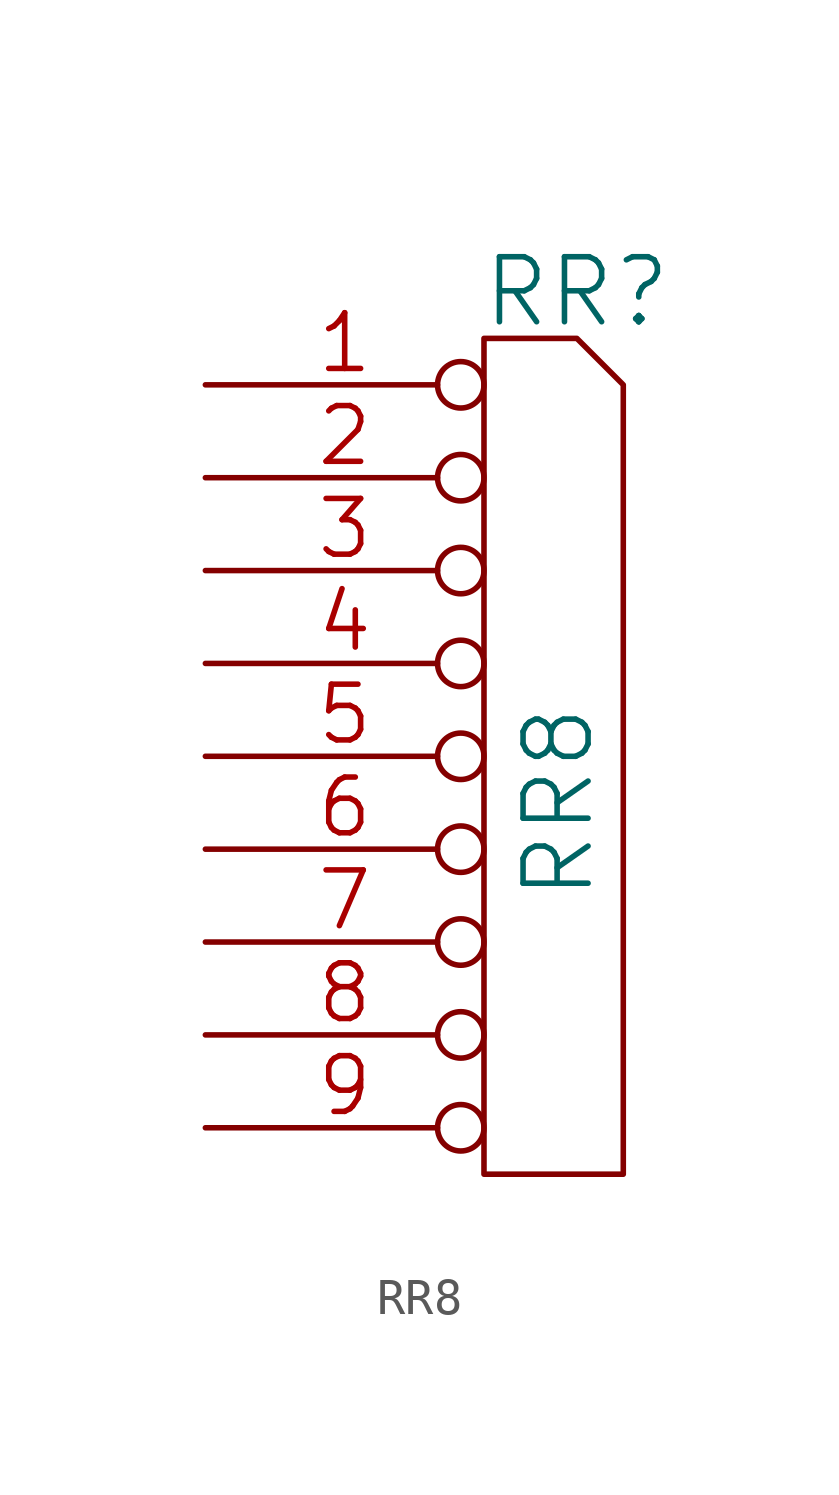
<source format=kicad_sym>
(kicad_symbol_lib
  (version 20201005)
  (generator kicad_symbol_editor)
  (symbol "Zimprich:RR8"
    (pin_names hide)
    (property "Reference" "RR"
      (at 1.27 13.97 0)
      (effects (font (size 1.778 1.778))))
    (property "Value" "RR8"
      (at 0.762 0 90)
      (effects (font (size 1.778 1.778))))
    (property "Footprint" ""
      (at 0 0 0)
      (effects (font (size 1.524 1.524))))
    (property "Datasheet" ""
      (at 0 0 0)
      (effects (font (size 1.524 1.524))))
    (symbol "RR8_0_1"
      (polyline (pts (xy -1.27 -10.16) (xy -1.27 12.7) (xy 1.27 12.7) (xy 2.54 11.43) (xy 2.54 -10.16) (xy -1.27 -10.16)) (stroke (width 0)) (fill (type none))))
    (symbol "RR8_1_1"
      (pin passive inverted (at -8.89 11.43 0) (length 7.62) (name "COM" (effects (font (size 1.524 1.524)))) (number "1" (effects (font (size 1.524 1.524)))))
      (pin passive inverted (at -8.89 8.89 0) (length 7.62) (name "2" (effects (font (size 1.524 1.524)))) (number "2" (effects (font (size 1.524 1.524)))))
      (pin passive inverted (at -8.89 6.35 0) (length 7.62) (name "3" (effects (font (size 1.524 1.524)))) (number "3" (effects (font (size 1.524 1.524)))))
      (pin passive inverted (at -8.89 3.81 0) (length 7.62) (name "4" (effects (font (size 1.524 1.524)))) (number "4" (effects (font (size 1.524 1.524)))))
      (pin passive inverted (at -8.89 1.27 0) (length 7.62) (name "5" (effects (font (size 1.524 1.524)))) (number "5" (effects (font (size 1.524 1.524)))))
      (pin passive inverted (at -8.89 -1.27 0) (length 7.62) (name "6" (effects (font (size 1.524 1.524)))) (number "6" (effects (font (size 1.524 1.524)))))
      (pin passive inverted (at -8.89 -3.81 0) (length 7.62) (name "7" (effects (font (size 1.524 1.524)))) (number "7" (effects (font (size 1.524 1.524)))))
      (pin passive inverted (at -8.89 -6.35 0) (length 7.62) (name "8" (effects (font (size 1.524 1.524)))) (number "8" (effects (font (size 1.524 1.524)))))
      (pin passive inverted (at -8.89 -8.89 0) (length 7.62) (name "9" (effects (font (size 1.524 1.524)))) (number "9" (effects (font (size 1.524 1.524))))))))
</source>
